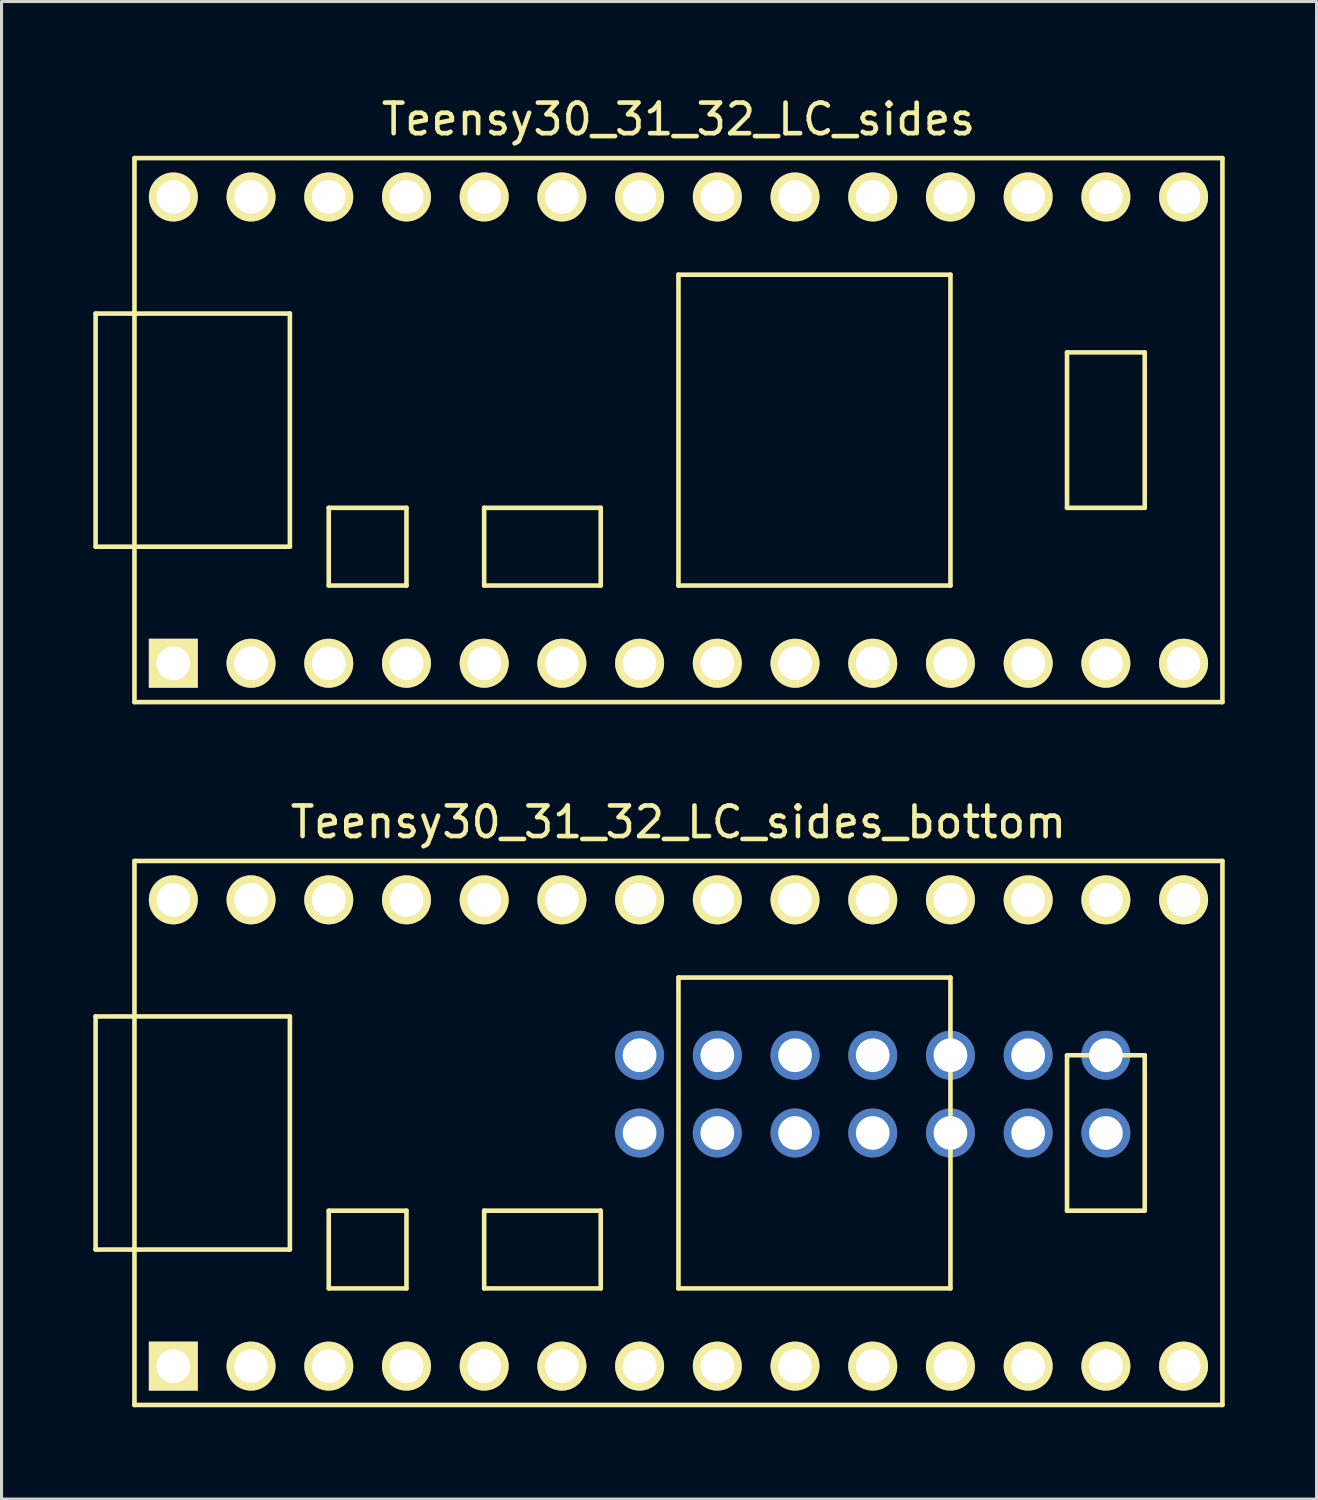
<source format=kicad_pcb>
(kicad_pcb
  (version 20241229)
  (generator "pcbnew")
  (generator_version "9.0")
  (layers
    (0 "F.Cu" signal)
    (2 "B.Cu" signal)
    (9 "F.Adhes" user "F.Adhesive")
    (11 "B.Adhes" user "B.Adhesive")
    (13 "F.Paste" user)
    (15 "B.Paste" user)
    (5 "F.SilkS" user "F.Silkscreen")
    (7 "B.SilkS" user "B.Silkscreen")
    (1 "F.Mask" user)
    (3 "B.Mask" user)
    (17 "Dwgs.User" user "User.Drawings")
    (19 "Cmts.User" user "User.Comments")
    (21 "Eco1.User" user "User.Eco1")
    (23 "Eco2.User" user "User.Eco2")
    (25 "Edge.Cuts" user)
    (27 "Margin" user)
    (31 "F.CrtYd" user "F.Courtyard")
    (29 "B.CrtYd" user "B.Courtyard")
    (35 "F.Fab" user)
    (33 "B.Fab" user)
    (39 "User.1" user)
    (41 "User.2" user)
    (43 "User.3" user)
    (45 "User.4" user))
  (footprint "Teensy30_31_32_LC_sides_bottom"
    (layer "F.Cu")
    (at 19.125 33.981)
    (property "Reference" "Teensy30_31_32_LC_sides_bottom" (at 0 -10.16 0) (layer "F.SilkS") (effects (font (size 1 1) (thickness 0.15))))
    (attr through_hole)
    (fp_line (start -19.05 -3.81) (end -17.78 -3.81) (stroke (width 0.15) (type solid)) (layer "F.SilkS"))
    (fp_line (start -19.05 3.81) (end -19.05 -3.81) (stroke (width 0.15) (type solid)) (layer "F.SilkS"))
    (fp_line (start -17.78 -8.89) (end 17.78 -8.89) (stroke (width 0.15) (type solid)) (layer "F.SilkS"))
    (fp_line (start -17.78 3.81) (end -19.05 3.81) (stroke (width 0.15) (type solid)) (layer "F.SilkS"))
    (fp_line (start -17.78 8.89) (end -17.78 -8.89) (stroke (width 0.15) (type solid)) (layer "F.SilkS"))
    (fp_line (start -12.7 -3.81) (end -17.78 -3.81) (stroke (width 0.15) (type solid)) (layer "F.SilkS"))
    (fp_line (start -12.7 3.81) (end -17.78 3.81) (stroke (width 0.15) (type solid)) (layer "F.SilkS"))
    (fp_line (start -12.7 3.81) (end -12.7 -3.81) (stroke (width 0.15) (type solid)) (layer "F.SilkS"))
    (fp_line (start -11.43 2.54) (end -11.43 5.08) (stroke (width 0.15) (type solid)) (layer "F.SilkS"))
    (fp_line (start -11.43 5.08) (end -8.89 5.08) (stroke (width 0.15) (type solid)) (layer "F.SilkS"))
    (fp_line (start -8.89 2.54) (end -11.43 2.54) (stroke (width 0.15) (type solid)) (layer "F.SilkS"))
    (fp_line (start -8.89 5.08) (end -8.89 2.54) (stroke (width 0.15) (type solid)) (layer "F.SilkS"))
    (fp_line (start -6.35 2.54) (end -6.35 5.08) (stroke (width 0.15) (type solid)) (layer "F.SilkS"))
    (fp_line (start -6.35 5.08) (end -2.54 5.08) (stroke (width 0.15) (type solid)) (layer "F.SilkS"))
    (fp_line (start -2.54 2.54) (end -6.35 2.54) (stroke (width 0.15) (type solid)) (layer "F.SilkS"))
    (fp_line (start -2.54 5.08) (end -2.54 2.54) (stroke (width 0.15) (type solid)) (layer "F.SilkS"))
    (fp_line (start 0 -5.08) (end 0 5.08) (stroke (width 0.15) (type solid)) (layer "F.SilkS"))
    (fp_line (start 8.89 -5.08) (end 0 -5.08) (stroke (width 0.15) (type solid)) (layer "F.SilkS"))
    (fp_line (start 8.89 5.08) (end 0 5.08) (stroke (width 0.15) (type solid)) (layer "F.SilkS"))
    (fp_line (start 8.89 5.08) (end 8.89 -5.08) (stroke (width 0.15) (type solid)) (layer "F.SilkS"))
    (fp_line (start 12.7 -2.54) (end 15.24 -2.54) (stroke (width 0.15) (type solid)) (layer "F.SilkS"))
    (fp_line (start 12.7 2.54) (end 12.7 -2.54) (stroke (width 0.15) (type solid)) (layer "F.SilkS"))
    (fp_line (start 15.24 -2.54) (end 15.24 2.54) (stroke (width 0.15) (type solid)) (layer "F.SilkS"))
    (fp_line (start 15.24 2.54) (end 12.7 2.54) (stroke (width 0.15) (type solid)) (layer "F.SilkS"))
    (fp_line (start 17.78 -8.89) (end 17.78 8.89) (stroke (width 0.15) (type solid)) (layer "F.SilkS"))
    (fp_line (start 17.78 8.89) (end -17.78 8.89) (stroke (width 0.15) (type solid)) (layer "F.SilkS"))
    (pad "1" thru_hole rect (at -16.51 7.62) (size 1.6 1.6) (drill 1.1) (layers "*.Cu" "*.Mask" "F.SilkS"))
    (pad "2" thru_hole circle (at -13.97 7.62) (size 1.6 1.6) (drill 1.1) (layers "*.Cu" "*.Mask" "F.SilkS"))
    (pad "3" thru_hole circle (at -11.43 7.62) (size 1.6 1.6) (drill 1.1) (layers "*.Cu" "*.Mask" "F.SilkS"))
    (pad "4" thru_hole circle (at -8.89 7.62) (size 1.6 1.6) (drill 1.1) (layers "*.Cu" "*.Mask" "F.SilkS"))
    (pad "5" thru_hole circle (at -6.35 7.62) (size 1.6 1.6) (drill 1.1) (layers "*.Cu" "*.Mask" "F.SilkS"))
    (pad "6" thru_hole circle (at -3.81 7.62) (size 1.6 1.6) (drill 1.1) (layers "*.Cu" "*.Mask" "F.SilkS"))
    (pad "7" thru_hole circle (at -1.27 7.62) (size 1.6 1.6) (drill 1.1) (layers "*.Cu" "*.Mask" "F.SilkS"))
    (pad "8" thru_hole circle (at 1.27 7.62) (size 1.6 1.6) (drill 1.1) (layers "*.Cu" "*.Mask" "F.SilkS"))
    (pad "9" thru_hole circle (at 3.81 7.62) (size 1.6 1.6) (drill 1.1) (layers "*.Cu" "*.Mask" "F.SilkS"))
    (pad "10" thru_hole circle (at 6.35 7.62) (size 1.6 1.6) (drill 1.1) (layers "*.Cu" "*.Mask" "F.SilkS"))
    (pad "11" thru_hole circle (at 8.89 7.62) (size 1.6 1.6) (drill 1.1) (layers "*.Cu" "*.Mask" "F.SilkS"))
    (pad "12" thru_hole circle (at 11.43 7.62) (size 1.6 1.6) (drill 1.1) (layers "*.Cu" "*.Mask" "F.SilkS"))
    (pad "13" thru_hole circle (at 13.97 7.62) (size 1.6 1.6) (drill 1.1) (layers "*.Cu" "*.Mask" "F.SilkS"))
    (pad "14" thru_hole circle (at 16.51 7.62) (size 1.6 1.6) (drill 1.1) (layers "*.Cu" "*.Mask" "F.SilkS"))
    (pad "20" thru_hole circle (at 16.51 -7.62) (size 1.6 1.6) (drill 1.1) (layers "*.Cu" "*.Mask" "F.SilkS"))
    (pad "21" thru_hole circle (at 13.97 -7.62) (size 1.6 1.6) (drill 1.1) (layers "*.Cu" "*.Mask" "F.SilkS"))
    (pad "22" thru_hole circle (at 11.43 -7.62) (size 1.6 1.6) (drill 1.1) (layers "*.Cu" "*.Mask" "F.SilkS"))
    (pad "23" thru_hole circle (at 8.89 -7.62) (size 1.6 1.6) (drill 1.1) (layers "*.Cu" "*.Mask" "F.SilkS"))
    (pad "24" thru_hole circle (at 6.35 -7.62) (size 1.6 1.6) (drill 1.1) (layers "*.Cu" "*.Mask" "F.SilkS"))
    (pad "25" thru_hole circle (at 3.81 -7.62) (size 1.6 1.6) (drill 1.1) (layers "*.Cu" "*.Mask" "F.SilkS"))
    (pad "26" thru_hole circle (at 1.27 -7.62) (size 1.6 1.6) (drill 1.1) (layers "*.Cu" "*.Mask" "F.SilkS"))
    (pad "27" thru_hole circle (at -1.27 -7.62) (size 1.6 1.6) (drill 1.1) (layers "*.Cu" "*.Mask" "F.SilkS"))
    (pad "28" thru_hole circle (at -3.81 -7.62) (size 1.6 1.6) (drill 1.1) (layers "*.Cu" "*.Mask" "F.SilkS"))
    (pad "29" thru_hole circle (at -6.35 -7.62) (size 1.6 1.6) (drill 1.1) (layers "*.Cu" "*.Mask" "F.SilkS"))
    (pad "30" thru_hole circle (at -8.89 -7.62) (size 1.6 1.6) (drill 1.1) (layers "*.Cu" "*.Mask" "F.SilkS"))
    (pad "31" thru_hole circle (at -11.43 -7.62) (size 1.6 1.6) (drill 1.1) (layers "*.Cu" "*.Mask" "F.SilkS"))
    (pad "32" thru_hole circle (at -13.97 -7.62) (size 1.6 1.6) (drill 1.1) (layers "*.Cu" "*.Mask" "F.SilkS"))
    (pad "33" thru_hole circle (at -16.51 -7.62) (size 1.6 1.6) (drill 1.1) (layers "*.Cu" "*.Mask" "F.SilkS"))
    (pad "38" thru_hole circle (at -1.27 0) (size 1.6 1.6) (drill 1.1) (layers "*.Cu" "*.Mask"))
    (pad "39" thru_hole circle (at 1.27 0) (size 1.6 1.6) (drill 1.1) (layers "*.Cu" "*.Mask"))
    (pad "40" thru_hole circle (at 3.81 0) (size 1.6 1.6) (drill 1.1) (layers "*.Cu" "*.Mask"))
    (pad "41" thru_hole circle (at 6.35 0) (size 1.6 1.6) (drill 1.1) (layers "*.Cu" "*.Mask"))
    (pad "42" thru_hole circle (at 8.89 0) (size 1.6 1.6) (drill 1.1) (layers "*.Cu" "*.Mask"))
    (pad "43" thru_hole circle (at 11.43 0) (size 1.6 1.6) (drill 1.1) (layers "*.Cu" "*.Mask"))
    (pad "44" thru_hole circle (at 13.97 0) (size 1.6 1.6) (drill 1.1) (layers "*.Cu" "*.Mask"))
    (pad "45" thru_hole circle (at 13.97 -2.54) (size 1.6 1.6) (drill 1.1) (layers "*.Cu" "*.Mask"))
    (pad "46" thru_hole circle (at 11.43 -2.54) (size 1.6 1.6) (drill 1.1) (layers "*.Cu" "*.Mask"))
    (pad "47" thru_hole circle (at 8.89 -2.54) (size 1.6 1.6) (drill 1.1) (layers "*.Cu" "*.Mask"))
    (pad "48" thru_hole circle (at 6.35 -2.54) (size 1.6 1.6) (drill 1.1) (layers "*.Cu" "*.Mask"))
    (pad "49" thru_hole circle (at 3.81 -2.54) (size 1.6 1.6) (drill 1.1) (layers "*.Cu" "*.Mask"))
    (pad "50" thru_hole circle (at 1.27 -2.54) (size 1.6 1.6) (drill 1.1) (layers "*.Cu" "*.Mask"))
    (pad "51" thru_hole circle (at -1.27 -2.54) (size 1.6 1.6) (drill 1.1) (layers "*.Cu" "*.Mask")))
  (footprint "Teensy30_31_32_LC_sides"
    (layer "F.Cu")
    (at 19.125 11.008)
    (property "Reference" "Teensy30_31_32_LC_sides" (at 0 -10.16 0) (layer "F.SilkS") (effects (font (size 1 1) (thickness 0.15))))
    (attr through_hole)
    (fp_line (start -19.05 -3.81) (end -17.78 -3.81) (stroke (width 0.15) (type solid)) (layer "F.SilkS"))
    (fp_line (start -19.05 3.81) (end -19.05 -3.81) (stroke (width 0.15) (type solid)) (layer "F.SilkS"))
    (fp_line (start -17.78 -8.89) (end 17.78 -8.89) (stroke (width 0.15) (type solid)) (layer "F.SilkS"))
    (fp_line (start -17.78 3.81) (end -19.05 3.81) (stroke (width 0.15) (type solid)) (layer "F.SilkS"))
    (fp_line (start -17.78 8.89) (end -17.78 -8.89) (stroke (width 0.15) (type solid)) (layer "F.SilkS"))
    (fp_line (start -12.7 -3.81) (end -17.78 -3.81) (stroke (width 0.15) (type solid)) (layer "F.SilkS"))
    (fp_line (start -12.7 3.81) (end -17.78 3.81) (stroke (width 0.15) (type solid)) (layer "F.SilkS"))
    (fp_line (start -12.7 3.81) (end -12.7 -3.81) (stroke (width 0.15) (type solid)) (layer "F.SilkS"))
    (fp_line (start -11.43 2.54) (end -11.43 5.08) (stroke (width 0.15) (type solid)) (layer "F.SilkS"))
    (fp_line (start -11.43 5.08) (end -8.89 5.08) (stroke (width 0.15) (type solid)) (layer "F.SilkS"))
    (fp_line (start -8.89 2.54) (end -11.43 2.54) (stroke (width 0.15) (type solid)) (layer "F.SilkS"))
    (fp_line (start -8.89 5.08) (end -8.89 2.54) (stroke (width 0.15) (type solid)) (layer "F.SilkS"))
    (fp_line (start -6.35 2.54) (end -6.35 5.08) (stroke (width 0.15) (type solid)) (layer "F.SilkS"))
    (fp_line (start -6.35 5.08) (end -2.54 5.08) (stroke (width 0.15) (type solid)) (layer "F.SilkS"))
    (fp_line (start -2.54 2.54) (end -6.35 2.54) (stroke (width 0.15) (type solid)) (layer "F.SilkS"))
    (fp_line (start -2.54 5.08) (end -2.54 2.54) (stroke (width 0.15) (type solid)) (layer "F.SilkS"))
    (fp_line (start 0 -5.08) (end 0 5.08) (stroke (width 0.15) (type solid)) (layer "F.SilkS"))
    (fp_line (start 8.89 -5.08) (end 0 -5.08) (stroke (width 0.15) (type solid)) (layer "F.SilkS"))
    (fp_line (start 8.89 5.08) (end 0 5.08) (stroke (width 0.15) (type solid)) (layer "F.SilkS"))
    (fp_line (start 8.89 5.08) (end 8.89 -5.08) (stroke (width 0.15) (type solid)) (layer "F.SilkS"))
    (fp_line (start 12.7 -2.54) (end 15.24 -2.54) (stroke (width 0.15) (type solid)) (layer "F.SilkS"))
    (fp_line (start 12.7 2.54) (end 12.7 -2.54) (stroke (width 0.15) (type solid)) (layer "F.SilkS"))
    (fp_line (start 15.24 -2.54) (end 15.24 2.54) (stroke (width 0.15) (type solid)) (layer "F.SilkS"))
    (fp_line (start 15.24 2.54) (end 12.7 2.54) (stroke (width 0.15) (type solid)) (layer "F.SilkS"))
    (fp_line (start 17.78 -8.89) (end 17.78 8.89) (stroke (width 0.15) (type solid)) (layer "F.SilkS"))
    (fp_line (start 17.78 8.89) (end -17.78 8.89) (stroke (width 0.15) (type solid)) (layer "F.SilkS"))
    (pad "1" thru_hole rect (at -16.51 7.62) (size 1.6 1.6) (drill 1.1) (layers "*.Cu" "*.Mask" "F.SilkS"))
    (pad "2" thru_hole circle (at -13.97 7.62) (size 1.6 1.6) (drill 1.1) (layers "*.Cu" "*.Mask" "F.SilkS"))
    (pad "3" thru_hole circle (at -11.43 7.62) (size 1.6 1.6) (drill 1.1) (layers "*.Cu" "*.Mask" "F.SilkS"))
    (pad "4" thru_hole circle (at -8.89 7.62) (size 1.6 1.6) (drill 1.1) (layers "*.Cu" "*.Mask" "F.SilkS"))
    (pad "5" thru_hole circle (at -6.35 7.62) (size 1.6 1.6) (drill 1.1) (layers "*.Cu" "*.Mask" "F.SilkS"))
    (pad "6" thru_hole circle (at -3.81 7.62) (size 1.6 1.6) (drill 1.1) (layers "*.Cu" "*.Mask" "F.SilkS"))
    (pad "7" thru_hole circle (at -1.27 7.62) (size 1.6 1.6) (drill 1.1) (layers "*.Cu" "*.Mask" "F.SilkS"))
    (pad "8" thru_hole circle (at 1.27 7.62) (size 1.6 1.6) (drill 1.1) (layers "*.Cu" "*.Mask" "F.SilkS"))
    (pad "9" thru_hole circle (at 3.81 7.62) (size 1.6 1.6) (drill 1.1) (layers "*.Cu" "*.Mask" "F.SilkS"))
    (pad "10" thru_hole circle (at 6.35 7.62) (size 1.6 1.6) (drill 1.1) (layers "*.Cu" "*.Mask" "F.SilkS"))
    (pad "11" thru_hole circle (at 8.89 7.62) (size 1.6 1.6) (drill 1.1) (layers "*.Cu" "*.Mask" "F.SilkS"))
    (pad "12" thru_hole circle (at 11.43 7.62) (size 1.6 1.6) (drill 1.1) (layers "*.Cu" "*.Mask" "F.SilkS"))
    (pad "13" thru_hole circle (at 13.97 7.62) (size 1.6 1.6) (drill 1.1) (layers "*.Cu" "*.Mask" "F.SilkS"))
    (pad "14" thru_hole circle (at 16.51 7.62) (size 1.6 1.6) (drill 1.1) (layers "*.Cu" "*.Mask" "F.SilkS"))
    (pad "20" thru_hole circle (at 16.51 -7.62) (size 1.6 1.6) (drill 1.1) (layers "*.Cu" "*.Mask" "F.SilkS"))
    (pad "21" thru_hole circle (at 13.97 -7.62) (size 1.6 1.6) (drill 1.1) (layers "*.Cu" "*.Mask" "F.SilkS"))
    (pad "22" thru_hole circle (at 11.43 -7.62) (size 1.6 1.6) (drill 1.1) (layers "*.Cu" "*.Mask" "F.SilkS"))
    (pad "23" thru_hole circle (at 8.89 -7.62) (size 1.6 1.6) (drill 1.1) (layers "*.Cu" "*.Mask" "F.SilkS"))
    (pad "24" thru_hole circle (at 6.35 -7.62) (size 1.6 1.6) (drill 1.1) (layers "*.Cu" "*.Mask" "F.SilkS"))
    (pad "25" thru_hole circle (at 3.81 -7.62) (size 1.6 1.6) (drill 1.1) (layers "*.Cu" "*.Mask" "F.SilkS"))
    (pad "26" thru_hole circle (at 1.27 -7.62) (size 1.6 1.6) (drill 1.1) (layers "*.Cu" "*.Mask" "F.SilkS"))
    (pad "27" thru_hole circle (at -1.27 -7.62) (size 1.6 1.6) (drill 1.1) (layers "*.Cu" "*.Mask" "F.SilkS"))
    (pad "28" thru_hole circle (at -3.81 -7.62) (size 1.6 1.6) (drill 1.1) (layers "*.Cu" "*.Mask" "F.SilkS"))
    (pad "29" thru_hole circle (at -6.35 -7.62) (size 1.6 1.6) (drill 1.1) (layers "*.Cu" "*.Mask" "F.SilkS"))
    (pad "30" thru_hole circle (at -8.89 -7.62) (size 1.6 1.6) (drill 1.1) (layers "*.Cu" "*.Mask" "F.SilkS"))
    (pad "31" thru_hole circle (at -11.43 -7.62) (size 1.6 1.6) (drill 1.1) (layers "*.Cu" "*.Mask" "F.SilkS"))
    (pad "32" thru_hole circle (at -13.97 -7.62) (size 1.6 1.6) (drill 1.1) (layers "*.Cu" "*.Mask" "F.SilkS"))
    (pad "33" thru_hole circle (at -16.51 -7.62) (size 1.6 1.6) (drill 1.1) (layers "*.Cu" "*.Mask" "F.SilkS")))
  (gr_rect
    (start -3 -3)
    (end 39.98 45.947)
    (stroke (width 0.1) (type default))
    (fill no)
    (layer "Edge.Cuts")))
</source>
